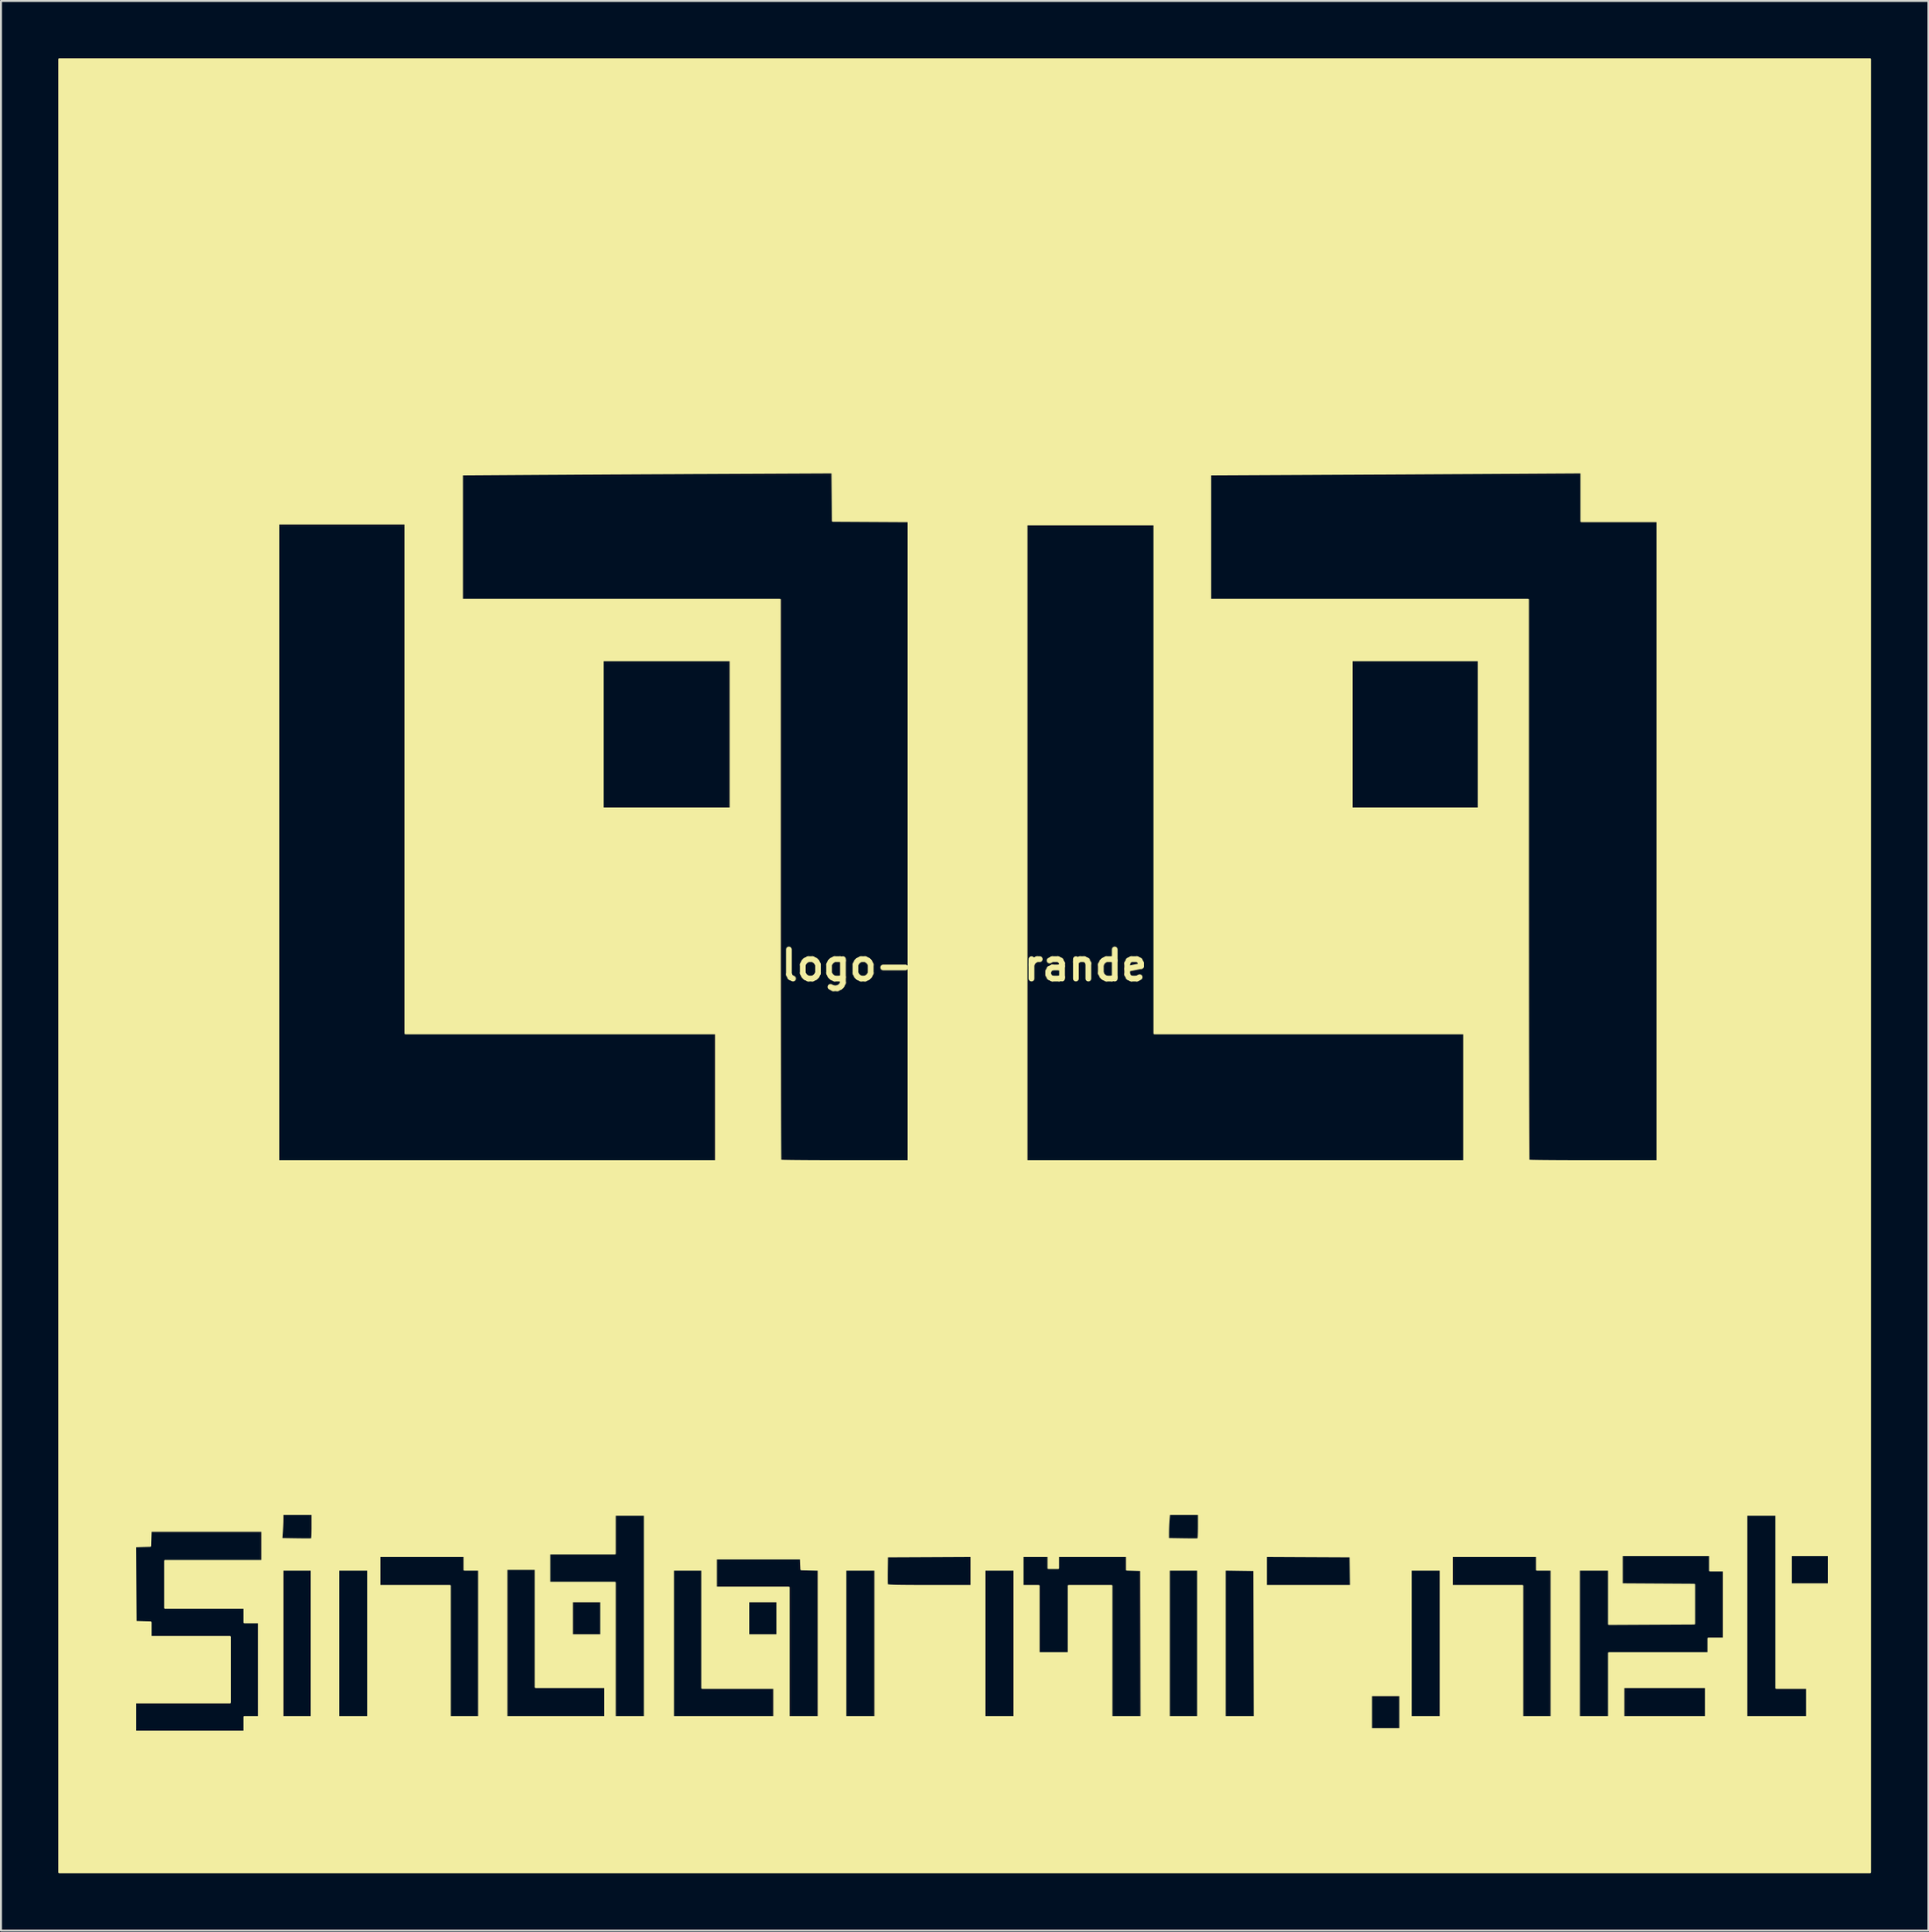
<source format=kicad_pcb>
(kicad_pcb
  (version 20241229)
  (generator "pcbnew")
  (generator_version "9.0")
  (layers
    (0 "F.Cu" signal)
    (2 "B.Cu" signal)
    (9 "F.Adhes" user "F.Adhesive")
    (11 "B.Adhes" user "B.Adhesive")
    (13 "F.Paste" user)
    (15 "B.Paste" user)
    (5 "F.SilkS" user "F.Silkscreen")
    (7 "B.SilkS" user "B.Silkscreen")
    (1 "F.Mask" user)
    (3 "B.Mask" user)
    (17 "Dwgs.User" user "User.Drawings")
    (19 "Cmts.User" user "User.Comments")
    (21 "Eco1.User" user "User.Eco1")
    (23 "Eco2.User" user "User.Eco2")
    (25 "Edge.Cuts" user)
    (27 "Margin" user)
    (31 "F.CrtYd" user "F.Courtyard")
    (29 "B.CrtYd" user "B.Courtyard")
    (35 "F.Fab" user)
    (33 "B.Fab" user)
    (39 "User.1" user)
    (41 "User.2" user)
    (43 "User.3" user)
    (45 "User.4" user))
  (footprint "logo-sd-grande"
    (layer "F.Cu")
    (at 47.421 47.463)
    (property "Reference" "logo-sd-grande" (at 0 0 0) (layer "F.SilkS") (effects (font (size 1.524 1.524) (thickness 0.3))))
    (attr through_hole)
    (fp_poly (pts (xy 47.413 47.456) (xy 45.254 47.456) (xy 45.254 32.385) (xy 45.254 31.623) (xy 45.254 30.861) (xy 44.26 30.861) (xy 43.265 30.861) (xy 43.265 31.623) (xy 43.265 32.385) (xy 44.26 32.385) (xy 45.254 32.385) (xy 45.254 47.456) (xy 44.111 47.456) (xy 44.111 39.328) (xy 44.111 38.566) (xy 44.111 37.804) (xy 43.307 37.804) (xy 42.503 37.804) (xy 42.503 33.274) (xy 42.503 28.744) (xy 41.719 28.744) (xy 40.936 28.744) (xy 40.936 34.036) (xy 40.936 39.328) (xy 42.524 39.328) (xy 44.111 39.328) (xy 44.111 47.456) (xy 39.751 47.456) (xy 39.751 35.221) (xy 39.751 33.443) (xy 39.751 31.665) (xy 39.391 31.665) (xy 39.031 31.665) (xy 39.031 31.263) (xy 39.031 30.861) (xy 36.724 30.861) (xy 36.28 30.861) (xy 36.28 10.245) (xy 36.28 -6.498) (xy 36.28 -23.241) (xy 34.29 -23.241) (xy 32.3 -23.241) (xy 32.3 -24.515) (xy 32.3 -25.79) (xy 27.824 -25.764) (xy 27.148 -25.76) (xy 26.402 -25.756) (xy 25.596 -25.752) (xy 24.745 -25.747) (xy 23.861 -25.742) (xy 22.956 -25.737) (xy 22.045 -25.732) (xy 21.141 -25.728) (xy 20.255 -25.723) (xy 19.401 -25.719) (xy 18.592 -25.715) (xy 18.108 -25.712) (xy 12.869 -25.686) (xy 12.869 -22.41) (xy 12.869 -19.135) (xy 21.188 -19.135) (xy 29.506 -19.135) (xy 29.506 -4.473) (xy 29.506 -3.364) (xy 29.507 -2.277) (xy 29.507 -1.214) (xy 29.508 -0.179) (xy 29.508 0.825) (xy 29.509 1.795) (xy 29.51 2.728) (xy 29.511 3.621) (xy 29.512 4.471) (xy 29.514 5.275) (xy 29.515 6.03) (xy 29.516 6.732) (xy 29.518 7.379) (xy 29.52 7.968) (xy 29.521 8.495) (xy 29.523 8.958) (xy 29.525 9.354) (xy 29.527 9.679) (xy 29.529 9.93) (xy 29.531 10.104) (xy 29.533 10.199) (xy 29.535 10.216) (xy 29.58 10.221) (xy 29.704 10.225) (xy 29.9 10.229) (xy 30.161 10.233) (xy 30.481 10.236) (xy 30.854 10.239) (xy 31.273 10.241) (xy 31.731 10.243) (xy 32.222 10.244) (xy 32.74 10.245) (xy 32.921 10.245) (xy 36.28 10.245) (xy 36.28 30.861) (xy 34.417 30.861) (xy 34.417 31.623) (xy 34.417 32.384) (xy 36.311 32.395) (xy 38.206 32.406) (xy 38.206 33.422) (xy 38.206 34.438) (xy 35.973 34.449) (xy 33.74 34.46) (xy 33.74 33.042) (xy 33.74 31.623) (xy 32.956 31.623) (xy 32.173 31.623) (xy 32.173 35.475) (xy 32.173 39.328) (xy 32.956 39.328) (xy 33.74 39.328) (xy 33.74 37.656) (xy 33.74 35.983) (xy 36.343 35.983) (xy 38.947 35.983) (xy 38.947 35.602) (xy 38.947 35.221) (xy 39.349 35.221) (xy 39.751 35.221) (xy 39.751 47.456) (xy 38.82 47.456) (xy 38.82 39.328) (xy 38.82 38.544) (xy 38.82 37.761) (xy 36.661 37.761) (xy 34.502 37.761) (xy 34.502 38.544) (xy 34.502 39.328) (xy 36.661 39.328) (xy 38.82 39.328) (xy 38.82 47.456) (xy 30.734 47.456) (xy 30.734 39.328) (xy 30.734 35.475) (xy 30.734 31.623) (xy 30.353 31.623) (xy 29.972 31.623) (xy 29.972 31.263) (xy 29.972 30.903) (xy 27.75 30.903) (xy 26.924 30.903) (xy 26.924 -8.213) (xy 26.924 -12.086) (xy 26.924 -15.96) (xy 23.601 -15.96) (xy 20.278 -15.96) (xy 20.278 -12.086) (xy 20.278 -8.213) (xy 23.601 -8.213) (xy 26.924 -8.213) (xy 26.924 30.903) (xy 26.162 30.903) (xy 26.162 10.245) (xy 26.162 6.9) (xy 26.162 3.556) (xy 18.055 3.556) (xy 9.948 3.556) (xy 9.948 -9.758) (xy 9.948 -23.072) (xy 6.604 -23.072) (xy 3.26 -23.072) (xy 3.26 -6.413) (xy 3.26 10.245) (xy 14.711 10.245) (xy 26.162 10.245) (xy 26.162 30.903) (xy 25.527 30.903) (xy 25.527 31.686) (xy 25.527 32.47) (xy 27.369 32.47) (xy 29.21 32.47) (xy 29.21 35.899) (xy 29.21 39.328) (xy 29.972 39.328) (xy 30.734 39.328) (xy 30.734 47.456) (xy 24.934 47.456) (xy 24.934 39.328) (xy 24.934 35.475) (xy 24.934 31.623) (xy 24.151 31.623) (xy 23.368 31.623) (xy 23.368 35.475) (xy 23.368 39.328) (xy 24.151 39.328) (xy 24.934 39.328) (xy 24.934 47.456) (xy 22.818 47.456) (xy 22.818 39.963) (xy 22.818 39.074) (xy 22.818 38.185) (xy 22.056 38.185) (xy 21.294 38.185) (xy 21.294 39.074) (xy 21.294 39.963) (xy 22.056 39.963) (xy 22.818 39.963) (xy 22.818 47.456) (xy 20.237 47.456) (xy 20.237 32.47) (xy 20.226 31.697) (xy 20.214 30.924) (xy 18.002 30.914) (xy 15.79 30.903) (xy 15.79 31.686) (xy 15.79 32.47) (xy 18.014 32.47) (xy 20.237 32.47) (xy 20.237 47.456) (xy 15.198 47.456) (xy 15.198 39.328) (xy 15.187 35.486) (xy 15.177 31.644) (xy 14.404 31.633) (xy 13.631 31.621) (xy 13.631 35.474) (xy 13.631 39.328) (xy 14.415 39.328) (xy 15.198 39.328) (xy 15.198 47.456) (xy 12.277 47.456) (xy 12.277 29.356) (xy 12.277 28.702) (xy 11.5 28.702) (xy 10.723 28.702) (xy 10.695 29.026) (xy 10.681 29.244) (xy 10.671 29.49) (xy 10.668 29.681) (xy 10.668 30.012) (xy 11.441 30.024) (xy 11.688 30.027) (xy 11.907 30.028) (xy 12.082 30.028) (xy 12.199 30.026) (xy 12.245 30.022) (xy 12.256 29.978) (xy 12.265 29.863) (xy 12.272 29.694) (xy 12.276 29.484) (xy 12.277 29.356) (xy 12.277 47.456) (xy 12.234 47.456) (xy 12.234 39.328) (xy 12.234 35.475) (xy 12.234 31.623) (xy 11.472 31.623) (xy 10.71 31.623) (xy 10.71 35.475) (xy 10.71 39.328) (xy 11.472 39.328) (xy 12.234 39.328) (xy 12.234 47.456) (xy 9.271 47.456) (xy 9.271 39.328) (xy 9.261 35.486) (xy 9.25 31.644) (xy 8.879 31.632) (xy 8.509 31.62) (xy 8.509 31.262) (xy 8.509 30.903) (xy 6.71 30.903) (xy 4.911 30.903) (xy 4.911 31.221) (xy 4.911 31.538) (xy 4.657 31.538) (xy 4.403 31.538) (xy 4.403 31.221) (xy 4.403 30.903) (xy 3.725 30.903) (xy 3.048 30.903) (xy 3.048 31.686) (xy 3.048 32.47) (xy 3.471 32.47) (xy 3.895 32.47) (xy 3.895 34.227) (xy 3.895 35.983) (xy 4.678 35.983) (xy 5.461 35.983) (xy 5.461 34.227) (xy 5.461 32.47) (xy 6.583 32.47) (xy 7.705 32.47) (xy 7.705 35.899) (xy 7.705 39.328) (xy 8.488 39.328) (xy 9.271 39.328) (xy 9.271 47.456) (xy 2.625 47.456) (xy 2.625 39.328) (xy 2.625 35.475) (xy 2.625 31.623) (xy 1.841 31.623) (xy 1.058 31.623) (xy 1.058 35.475) (xy 1.058 39.328) (xy 1.841 39.328) (xy 2.625 39.328) (xy 2.625 47.456) (xy 0.381 47.456) (xy 0.381 32.47) (xy 0.381 31.686) (xy 0.381 30.903) (xy -1.831 30.914) (xy -2.921 30.919) (xy -2.921 10.245) (xy -2.921 -6.498) (xy -2.921 -23.24) (xy -4.9 -23.251) (xy -6.879 -23.262) (xy -6.89 -24.526) (xy -6.902 -25.79) (xy -12.648 -25.764) (xy -13.43 -25.76) (xy -14.248 -25.757) (xy -15.092 -25.752) (xy -15.951 -25.748) (xy -16.813 -25.744) (xy -17.67 -25.739) (xy -18.51 -25.735) (xy -19.323 -25.73) (xy -20.098 -25.726) (xy -20.825 -25.721) (xy -21.493 -25.717) (xy -22.092 -25.714) (xy -22.341 -25.712) (xy -26.289 -25.686) (xy -26.289 -22.41) (xy -26.289 -19.135) (xy -17.971 -19.135) (xy -9.652 -19.135) (xy -9.652 -4.473) (xy -9.652 -3.364) (xy -9.652 -2.277) (xy -9.651 -1.214) (xy -9.651 -0.179) (xy -9.65 0.825) (xy -9.649 1.795) (xy -9.648 2.728) (xy -9.647 3.621) (xy -9.646 4.471) (xy -9.645 5.275) (xy -9.643 6.03) (xy -9.642 6.732) (xy -9.64 7.379) (xy -9.639 7.968) (xy -9.637 8.495) (xy -9.635 8.958) (xy -9.633 9.354) (xy -9.631 9.679) (xy -9.629 9.93) (xy -9.627 10.104) (xy -9.625 10.199) (xy -9.624 10.216) (xy -9.578 10.221) (xy -9.454 10.225) (xy -9.258 10.229) (xy -8.997 10.233) (xy -8.677 10.236) (xy -8.305 10.239) (xy -7.887 10.241) (xy -7.429 10.243) (xy -6.938 10.244) (xy -6.421 10.245) (xy -6.258 10.245) (xy -2.921 10.245) (xy -2.921 30.919) (xy -4.043 30.924) (xy -4.054 31.643) (xy -4.057 31.883) (xy -4.057 32.097) (xy -4.055 32.267) (xy -4.05 32.379) (xy -4.045 32.415) (xy -4.025 32.428) (xy -3.971 32.438) (xy -3.877 32.447) (xy -3.737 32.454) (xy -3.545 32.46) (xy -3.297 32.464) (xy -2.984 32.467) (xy -2.603 32.469) (xy -2.146 32.47) (xy -1.822 32.47) (xy 0.381 32.47) (xy 0.381 47.456) (xy 0.021 47.456) (xy -4.657 47.456) (xy -4.657 39.328) (xy -4.657 35.475) (xy -4.657 31.623) (xy -5.44 31.623) (xy -6.223 31.623) (xy -6.223 35.475) (xy -6.223 39.328) (xy -5.44 39.328) (xy -4.657 39.328) (xy -4.657 47.456) (xy -7.62 47.456) (xy -7.62 39.328) (xy -7.62 35.477) (xy -7.62 31.626) (xy -8.075 31.614) (xy -8.53 31.602) (xy -8.543 31.316) (xy -8.555 31.03) (xy -10.776 31.03) (xy -12.234 31.03) (xy -12.234 -8.213) (xy -12.234 -12.086) (xy -12.234 -15.96) (xy -15.579 -15.96) (xy -18.923 -15.96) (xy -18.923 -12.086) (xy -18.923 -8.213) (xy -15.579 -8.213) (xy -12.234 -8.213) (xy -12.234 31.03) (xy -12.996 31.03) (xy -12.996 10.245) (xy -12.996 6.9) (xy -12.996 3.556) (xy -21.124 3.556) (xy -29.252 3.556) (xy -29.252 -9.779) (xy -29.252 -23.114) (xy -32.575 -23.114) (xy -35.899 -23.114) (xy -35.899 -6.435) (xy -35.899 10.245) (xy -24.448 10.245) (xy -12.996 10.245) (xy -12.996 31.03) (xy -12.996 31.792) (xy -12.996 32.554) (xy -11.091 32.554) (xy -9.186 32.554) (xy -9.186 35.941) (xy -9.186 39.328) (xy -8.403 39.328) (xy -7.62 39.328) (xy -7.62 47.456) (xy -9.779 47.456) (xy -9.779 35.052) (xy -9.779 34.163) (xy -9.779 33.274) (xy -10.541 33.274) (xy -11.303 33.274) (xy -11.303 34.163) (xy -11.303 35.052) (xy -10.541 35.052) (xy -9.779 35.052) (xy -9.779 47.456) (xy -9.948 47.456) (xy -9.948 39.328) (xy -9.948 38.566) (xy -9.948 37.804) (xy -11.832 37.804) (xy -13.716 37.804) (xy -13.716 34.713) (xy -13.716 31.623) (xy -14.478 31.623) (xy -15.24 31.623) (xy -15.24 35.475) (xy -15.24 39.328) (xy -12.594 39.328) (xy -9.948 39.328) (xy -9.948 47.456) (xy -16.722 47.456) (xy -16.722 39.328) (xy -16.722 34.036) (xy -16.722 28.744) (xy -17.505 28.744) (xy -18.288 28.744) (xy -18.288 29.76) (xy -18.288 30.776) (xy -20.003 30.776) (xy -21.717 30.776) (xy -21.717 31.538) (xy -21.717 32.3) (xy -20.003 32.3) (xy -18.288 32.3) (xy -18.288 35.814) (xy -18.288 39.328) (xy -17.505 39.328) (xy -16.722 39.328) (xy -16.722 47.456) (xy -18.796 47.456) (xy -18.796 39.328) (xy -18.796 38.544) (xy -18.796 37.761) (xy -19.008 37.761) (xy -19.008 35.052) (xy -19.008 34.163) (xy -19.008 33.274) (xy -19.77 33.274) (xy -20.532 33.274) (xy -20.532 34.163) (xy -20.532 35.052) (xy -19.77 35.052) (xy -19.008 35.052) (xy -19.008 37.761) (xy -20.616 37.761) (xy -22.437 37.761) (xy -22.437 34.671) (xy -22.437 31.581) (xy -23.199 31.581) (xy -23.961 31.581) (xy -23.961 35.454) (xy -23.961 39.328) (xy -21.378 39.328) (xy -18.796 39.328) (xy -18.796 47.456) (xy -25.4 47.456) (xy -25.4 39.328) (xy -25.4 35.475) (xy -25.4 31.623) (xy -25.781 31.623) (xy -26.162 31.623) (xy -26.162 31.263) (xy -26.162 30.903) (xy -28.384 30.903) (xy -30.607 30.903) (xy -30.607 31.686) (xy -30.607 32.47) (xy -28.765 32.47) (xy -26.924 32.47) (xy -26.924 35.899) (xy -26.924 39.328) (xy -26.162 39.328) (xy -25.4 39.328) (xy -25.4 47.456) (xy -31.2 47.456) (xy -31.2 39.328) (xy -31.2 35.475) (xy -31.2 31.623) (xy -31.983 31.623) (xy -32.766 31.623) (xy -32.766 35.475) (xy -32.766 39.328) (xy -31.983 39.328) (xy -31.2 39.328) (xy -31.2 47.456) (xy -34.121 47.456) (xy -34.121 29.356) (xy -34.121 28.702) (xy -34.904 28.702) (xy -35.687 28.702) (xy -35.687 28.971) (xy -35.69 29.143) (xy -35.699 29.359) (xy -35.711 29.578) (xy -35.714 29.626) (xy -35.742 30.012) (xy -34.963 30.024) (xy -34.714 30.027) (xy -34.495 30.028) (xy -34.318 30.028) (xy -34.2 30.026) (xy -34.152 30.022) (xy -34.141 29.978) (xy -34.132 29.863) (xy -34.125 29.694) (xy -34.121 29.484) (xy -34.121 29.356) (xy -34.121 47.456) (xy -34.163 47.456) (xy -34.163 39.328) (xy -34.163 35.475) (xy -34.163 31.623) (xy -34.925 31.623) (xy -35.687 31.623) (xy -35.687 35.475) (xy -35.687 39.328) (xy -34.925 39.328) (xy -34.163 39.328) (xy -34.163 47.456) (xy -36.745 47.456) (xy -36.745 31.157) (xy -36.745 30.374) (xy -36.745 29.591) (xy -39.665 29.591) (xy -42.584 29.591) (xy -42.596 29.983) (xy -42.608 30.374) (xy -43.001 30.386) (xy -43.393 30.399) (xy -43.382 32.376) (xy -43.37 34.353) (xy -42.979 34.366) (xy -42.587 34.378) (xy -42.587 34.757) (xy -42.587 35.137) (xy -40.513 35.137) (xy -38.439 35.137) (xy -38.439 36.851) (xy -38.439 38.566) (xy -40.915 38.566) (xy -43.392 38.566) (xy -43.392 39.328) (xy -43.392 40.09) (xy -40.534 40.09) (xy -37.677 40.09) (xy -37.677 39.709) (xy -37.677 39.328) (xy -37.296 39.328) (xy -36.915 39.328) (xy -36.915 36.851) (xy -36.915 34.375) (xy -37.296 34.375) (xy -37.677 34.375) (xy -37.677 33.994) (xy -37.677 33.613) (xy -39.751 33.613) (xy -41.825 33.613) (xy -41.825 32.385) (xy -41.825 31.157) (xy -39.285 31.157) (xy -36.745 31.157) (xy -36.745 47.456) (xy -47.371 47.456) (xy -47.371 0.021) (xy -47.371 -47.413) (xy 0.021 -47.413) (xy 47.413 -47.413) (xy 47.413 0.021) (xy 47.413 47.456)) (stroke (width 0.1) (type solid)) (fill yes) (layer "F.SilkS")))
  (gr_rect
    (start -3 -3)
    (end 97.884 97.969)
    (stroke (width 0.1) (type default))
    (fill no)
    (layer "Edge.Cuts")))
</source>
